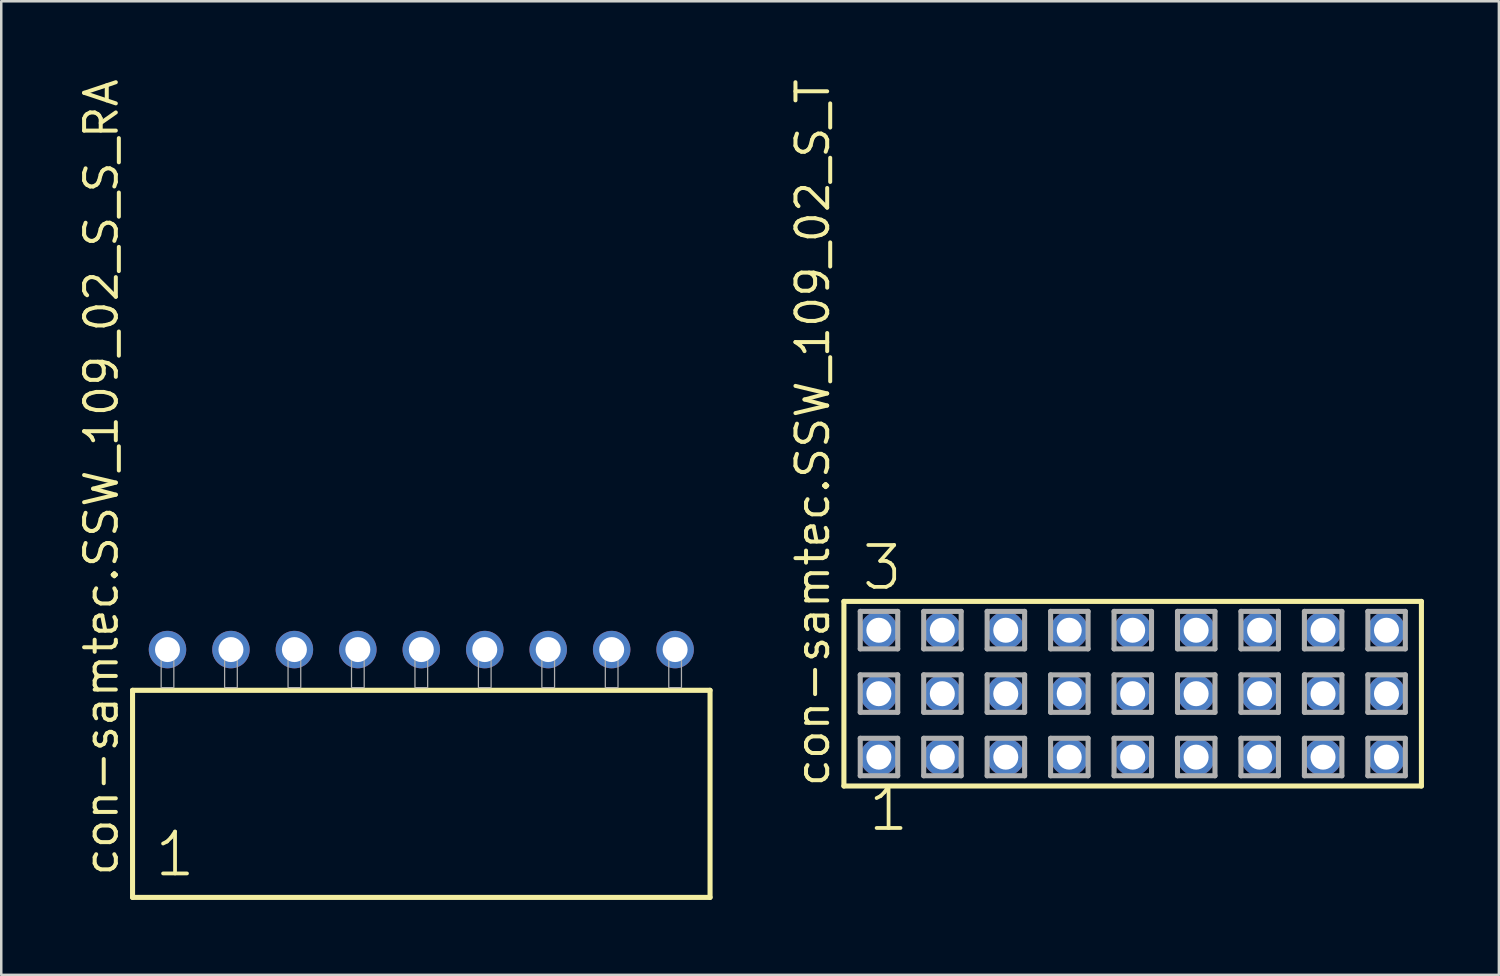
<source format=kicad_pcb>
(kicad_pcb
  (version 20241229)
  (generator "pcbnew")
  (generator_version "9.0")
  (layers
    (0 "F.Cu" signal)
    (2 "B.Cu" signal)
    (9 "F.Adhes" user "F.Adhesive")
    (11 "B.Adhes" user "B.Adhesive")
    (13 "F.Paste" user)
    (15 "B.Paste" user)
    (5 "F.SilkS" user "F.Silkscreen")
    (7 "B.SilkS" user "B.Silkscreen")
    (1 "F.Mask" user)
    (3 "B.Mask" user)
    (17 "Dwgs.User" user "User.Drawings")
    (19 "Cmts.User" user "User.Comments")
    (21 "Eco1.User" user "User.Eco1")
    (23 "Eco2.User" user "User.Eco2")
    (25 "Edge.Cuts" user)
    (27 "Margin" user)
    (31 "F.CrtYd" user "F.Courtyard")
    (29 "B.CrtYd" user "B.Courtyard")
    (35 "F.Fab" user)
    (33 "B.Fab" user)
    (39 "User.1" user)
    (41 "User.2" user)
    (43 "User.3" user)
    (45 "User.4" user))
  (footprint "con-samtec.SSW_109_02_S_T"
    (layer "F.Cu")
    (at 42.291 24.719)
    (property "Reference" "con-samtec.SSW_109_02_S_T" (at -12.065 3.81 90) (layer "F.SilkS") (effects (font (size 1.27 1.27) (thickness 0.16)) (justify left bottom)))
    (attr through_hole)
    (fp_line (start -11.559 -3.695) (end 11.559 -3.695) (stroke (width 0.203) (type default)) (layer "F.SilkS"))
    (fp_line (start -11.559 3.695) (end -11.559 -3.695) (stroke (width 0.203) (type default)) (layer "F.SilkS"))
    (fp_line (start 11.559 -3.695) (end 11.559 3.695) (stroke (width 0.203) (type default)) (layer "F.SilkS"))
    (fp_line (start 11.559 3.695) (end -11.559 3.695) (stroke (width 0.203) (type default)) (layer "F.SilkS"))
    (fp_line (start -10.905 -3.295) (end -9.405 -3.295) (stroke (width 0.203) (type default)) (layer "F.Fab"))
    (fp_line (start -10.905 -1.795) (end -10.905 -3.295) (stroke (width 0.203) (type default)) (layer "F.Fab"))
    (fp_line (start -10.905 -0.755) (end -9.405 -0.755) (stroke (width 0.203) (type default)) (layer "F.Fab"))
    (fp_line (start -10.905 0.745) (end -10.905 -0.755) (stroke (width 0.203) (type default)) (layer "F.Fab"))
    (fp_line (start -10.905 1.785) (end -9.405 1.785) (stroke (width 0.203) (type default)) (layer "F.Fab"))
    (fp_line (start -10.905 3.285) (end -10.905 1.785) (stroke (width 0.203) (type default)) (layer "F.Fab"))
    (fp_line (start -9.405 -3.295) (end -9.405 -1.795) (stroke (width 0.203) (type default)) (layer "F.Fab"))
    (fp_line (start -9.405 -1.795) (end -10.905 -1.795) (stroke (width 0.203) (type default)) (layer "F.Fab"))
    (fp_line (start -9.405 -0.755) (end -9.405 0.745) (stroke (width 0.203) (type default)) (layer "F.Fab"))
    (fp_line (start -9.405 0.745) (end -10.905 0.745) (stroke (width 0.203) (type default)) (layer "F.Fab"))
    (fp_line (start -9.405 1.785) (end -9.405 3.285) (stroke (width 0.203) (type default)) (layer "F.Fab"))
    (fp_line (start -9.405 3.285) (end -10.905 3.285) (stroke (width 0.203) (type default)) (layer "F.Fab"))
    (fp_line (start -8.365 -3.295) (end -6.865 -3.295) (stroke (width 0.203) (type default)) (layer "F.Fab"))
    (fp_line (start -8.365 -1.795) (end -8.365 -3.295) (stroke (width 0.203) (type default)) (layer "F.Fab"))
    (fp_line (start -8.365 -0.755) (end -6.865 -0.755) (stroke (width 0.203) (type default)) (layer "F.Fab"))
    (fp_line (start -8.365 0.745) (end -8.365 -0.755) (stroke (width 0.203) (type default)) (layer "F.Fab"))
    (fp_line (start -8.365 1.785) (end -6.865 1.785) (stroke (width 0.203) (type default)) (layer "F.Fab"))
    (fp_line (start -8.365 3.285) (end -8.365 1.785) (stroke (width 0.203) (type default)) (layer "F.Fab"))
    (fp_line (start -6.865 -3.295) (end -6.865 -1.795) (stroke (width 0.203) (type default)) (layer "F.Fab"))
    (fp_line (start -6.865 -1.795) (end -8.365 -1.795) (stroke (width 0.203) (type default)) (layer "F.Fab"))
    (fp_line (start -6.865 -0.755) (end -6.865 0.745) (stroke (width 0.203) (type default)) (layer "F.Fab"))
    (fp_line (start -6.865 0.745) (end -8.365 0.745) (stroke (width 0.203) (type default)) (layer "F.Fab"))
    (fp_line (start -6.865 1.785) (end -6.865 3.285) (stroke (width 0.203) (type default)) (layer "F.Fab"))
    (fp_line (start -6.865 3.285) (end -8.365 3.285) (stroke (width 0.203) (type default)) (layer "F.Fab"))
    (fp_line (start -5.825 -3.295) (end -4.325 -3.295) (stroke (width 0.203) (type default)) (layer "F.Fab"))
    (fp_line (start -5.825 -1.795) (end -5.825 -3.295) (stroke (width 0.203) (type default)) (layer "F.Fab"))
    (fp_line (start -5.825 -0.755) (end -4.325 -0.755) (stroke (width 0.203) (type default)) (layer "F.Fab"))
    (fp_line (start -5.825 0.745) (end -5.825 -0.755) (stroke (width 0.203) (type default)) (layer "F.Fab"))
    (fp_line (start -5.825 1.785) (end -4.325 1.785) (stroke (width 0.203) (type default)) (layer "F.Fab"))
    (fp_line (start -5.825 3.285) (end -5.825 1.785) (stroke (width 0.203) (type default)) (layer "F.Fab"))
    (fp_line (start -4.325 -3.295) (end -4.325 -1.795) (stroke (width 0.203) (type default)) (layer "F.Fab"))
    (fp_line (start -4.325 -1.795) (end -5.825 -1.795) (stroke (width 0.203) (type default)) (layer "F.Fab"))
    (fp_line (start -4.325 -0.755) (end -4.325 0.745) (stroke (width 0.203) (type default)) (layer "F.Fab"))
    (fp_line (start -4.325 0.745) (end -5.825 0.745) (stroke (width 0.203) (type default)) (layer "F.Fab"))
    (fp_line (start -4.325 1.785) (end -4.325 3.285) (stroke (width 0.203) (type default)) (layer "F.Fab"))
    (fp_line (start -4.325 3.285) (end -5.825 3.285) (stroke (width 0.203) (type default)) (layer "F.Fab"))
    (fp_line (start -3.285 -3.295) (end -1.785 -3.295) (stroke (width 0.203) (type default)) (layer "F.Fab"))
    (fp_line (start -3.285 -1.795) (end -3.285 -3.295) (stroke (width 0.203) (type default)) (layer "F.Fab"))
    (fp_line (start -3.285 -0.755) (end -1.785 -0.755) (stroke (width 0.203) (type default)) (layer "F.Fab"))
    (fp_line (start -3.285 0.745) (end -3.285 -0.755) (stroke (width 0.203) (type default)) (layer "F.Fab"))
    (fp_line (start -3.285 1.785) (end -1.785 1.785) (stroke (width 0.203) (type default)) (layer "F.Fab"))
    (fp_line (start -3.285 3.285) (end -3.285 1.785) (stroke (width 0.203) (type default)) (layer "F.Fab"))
    (fp_line (start -1.785 -3.295) (end -1.785 -1.795) (stroke (width 0.203) (type default)) (layer "F.Fab"))
    (fp_line (start -1.785 -1.795) (end -3.285 -1.795) (stroke (width 0.203) (type default)) (layer "F.Fab"))
    (fp_line (start -1.785 -0.755) (end -1.785 0.745) (stroke (width 0.203) (type default)) (layer "F.Fab"))
    (fp_line (start -1.785 0.745) (end -3.285 0.745) (stroke (width 0.203) (type default)) (layer "F.Fab"))
    (fp_line (start -1.785 1.785) (end -1.785 3.285) (stroke (width 0.203) (type default)) (layer "F.Fab"))
    (fp_line (start -1.785 3.285) (end -3.285 3.285) (stroke (width 0.203) (type default)) (layer "F.Fab"))
    (fp_line (start -0.745 -3.295) (end 0.755 -3.295) (stroke (width 0.203) (type default)) (layer "F.Fab"))
    (fp_line (start -0.745 -1.795) (end -0.745 -3.295) (stroke (width 0.203) (type default)) (layer "F.Fab"))
    (fp_line (start -0.745 -0.755) (end 0.755 -0.755) (stroke (width 0.203) (type default)) (layer "F.Fab"))
    (fp_line (start -0.745 0.745) (end -0.745 -0.755) (stroke (width 0.203) (type default)) (layer "F.Fab"))
    (fp_line (start -0.745 1.785) (end 0.755 1.785) (stroke (width 0.203) (type default)) (layer "F.Fab"))
    (fp_line (start -0.745 3.285) (end -0.745 1.785) (stroke (width 0.203) (type default)) (layer "F.Fab"))
    (fp_line (start 0.755 -3.295) (end 0.755 -1.795) (stroke (width 0.203) (type default)) (layer "F.Fab"))
    (fp_line (start 0.755 -1.795) (end -0.745 -1.795) (stroke (width 0.203) (type default)) (layer "F.Fab"))
    (fp_line (start 0.755 -0.755) (end 0.755 0.745) (stroke (width 0.203) (type default)) (layer "F.Fab"))
    (fp_line (start 0.755 0.745) (end -0.745 0.745) (stroke (width 0.203) (type default)) (layer "F.Fab"))
    (fp_line (start 0.755 1.785) (end 0.755 3.285) (stroke (width 0.203) (type default)) (layer "F.Fab"))
    (fp_line (start 0.755 3.285) (end -0.745 3.285) (stroke (width 0.203) (type default)) (layer "F.Fab"))
    (fp_line (start 1.795 -3.295) (end 3.295 -3.295) (stroke (width 0.203) (type default)) (layer "F.Fab"))
    (fp_line (start 1.795 -1.795) (end 1.795 -3.295) (stroke (width 0.203) (type default)) (layer "F.Fab"))
    (fp_line (start 1.795 -0.755) (end 3.295 -0.755) (stroke (width 0.203) (type default)) (layer "F.Fab"))
    (fp_line (start 1.795 0.745) (end 1.795 -0.755) (stroke (width 0.203) (type default)) (layer "F.Fab"))
    (fp_line (start 1.795 1.785) (end 3.295 1.785) (stroke (width 0.203) (type default)) (layer "F.Fab"))
    (fp_line (start 1.795 3.285) (end 1.795 1.785) (stroke (width 0.203) (type default)) (layer "F.Fab"))
    (fp_line (start 3.295 -3.295) (end 3.295 -1.795) (stroke (width 0.203) (type default)) (layer "F.Fab"))
    (fp_line (start 3.295 -1.795) (end 1.795 -1.795) (stroke (width 0.203) (type default)) (layer "F.Fab"))
    (fp_line (start 3.295 -0.755) (end 3.295 0.745) (stroke (width 0.203) (type default)) (layer "F.Fab"))
    (fp_line (start 3.295 0.745) (end 1.795 0.745) (stroke (width 0.203) (type default)) (layer "F.Fab"))
    (fp_line (start 3.295 1.785) (end 3.295 3.285) (stroke (width 0.203) (type default)) (layer "F.Fab"))
    (fp_line (start 3.295 3.285) (end 1.795 3.285) (stroke (width 0.203) (type default)) (layer "F.Fab"))
    (fp_line (start 4.335 -3.295) (end 5.835 -3.295) (stroke (width 0.203) (type default)) (layer "F.Fab"))
    (fp_line (start 4.335 -1.795) (end 4.335 -3.295) (stroke (width 0.203) (type default)) (layer "F.Fab"))
    (fp_line (start 4.335 -0.755) (end 5.835 -0.755) (stroke (width 0.203) (type default)) (layer "F.Fab"))
    (fp_line (start 4.335 0.745) (end 4.335 -0.755) (stroke (width 0.203) (type default)) (layer "F.Fab"))
    (fp_line (start 4.335 1.785) (end 5.835 1.785) (stroke (width 0.203) (type default)) (layer "F.Fab"))
    (fp_line (start 4.335 3.285) (end 4.335 1.785) (stroke (width 0.203) (type default)) (layer "F.Fab"))
    (fp_line (start 5.835 -3.295) (end 5.835 -1.795) (stroke (width 0.203) (type default)) (layer "F.Fab"))
    (fp_line (start 5.835 -1.795) (end 4.335 -1.795) (stroke (width 0.203) (type default)) (layer "F.Fab"))
    (fp_line (start 5.835 -0.755) (end 5.835 0.745) (stroke (width 0.203) (type default)) (layer "F.Fab"))
    (fp_line (start 5.835 0.745) (end 4.335 0.745) (stroke (width 0.203) (type default)) (layer "F.Fab"))
    (fp_line (start 5.835 1.785) (end 5.835 3.285) (stroke (width 0.203) (type default)) (layer "F.Fab"))
    (fp_line (start 5.835 3.285) (end 4.335 3.285) (stroke (width 0.203) (type default)) (layer "F.Fab"))
    (fp_line (start 6.875 -3.295) (end 8.375 -3.295) (stroke (width 0.203) (type default)) (layer "F.Fab"))
    (fp_line (start 6.875 -1.795) (end 6.875 -3.295) (stroke (width 0.203) (type default)) (layer "F.Fab"))
    (fp_line (start 6.875 -0.755) (end 8.375 -0.755) (stroke (width 0.203) (type default)) (layer "F.Fab"))
    (fp_line (start 6.875 0.745) (end 6.875 -0.755) (stroke (width 0.203) (type default)) (layer "F.Fab"))
    (fp_line (start 6.875 1.785) (end 8.375 1.785) (stroke (width 0.203) (type default)) (layer "F.Fab"))
    (fp_line (start 6.875 3.285) (end 6.875 1.785) (stroke (width 0.203) (type default)) (layer "F.Fab"))
    (fp_line (start 8.375 -3.295) (end 8.375 -1.795) (stroke (width 0.203) (type default)) (layer "F.Fab"))
    (fp_line (start 8.375 -1.795) (end 6.875 -1.795) (stroke (width 0.203) (type default)) (layer "F.Fab"))
    (fp_line (start 8.375 -0.755) (end 8.375 0.745) (stroke (width 0.203) (type default)) (layer "F.Fab"))
    (fp_line (start 8.375 0.745) (end 6.875 0.745) (stroke (width 0.203) (type default)) (layer "F.Fab"))
    (fp_line (start 8.375 1.785) (end 8.375 3.285) (stroke (width 0.203) (type default)) (layer "F.Fab"))
    (fp_line (start 8.375 3.285) (end 6.875 3.285) (stroke (width 0.203) (type default)) (layer "F.Fab"))
    (fp_line (start 9.415 -3.295) (end 10.915 -3.295) (stroke (width 0.203) (type default)) (layer "F.Fab"))
    (fp_line (start 9.415 -1.795) (end 9.415 -3.295) (stroke (width 0.203) (type default)) (layer "F.Fab"))
    (fp_line (start 9.415 -0.755) (end 10.915 -0.755) (stroke (width 0.203) (type default)) (layer "F.Fab"))
    (fp_line (start 9.415 0.745) (end 9.415 -0.755) (stroke (width 0.203) (type default)) (layer "F.Fab"))
    (fp_line (start 9.415 1.785) (end 10.915 1.785) (stroke (width 0.203) (type default)) (layer "F.Fab"))
    (fp_line (start 9.415 3.285) (end 9.415 1.785) (stroke (width 0.203) (type default)) (layer "F.Fab"))
    (fp_line (start 10.915 -3.295) (end 10.915 -1.795) (stroke (width 0.203) (type default)) (layer "F.Fab"))
    (fp_line (start 10.915 -1.795) (end 9.415 -1.795) (stroke (width 0.203) (type default)) (layer "F.Fab"))
    (fp_line (start 10.915 -0.755) (end 10.915 0.745) (stroke (width 0.203) (type default)) (layer "F.Fab"))
    (fp_line (start 10.915 0.745) (end 9.415 0.745) (stroke (width 0.203) (type default)) (layer "F.Fab"))
    (fp_line (start 10.915 1.785) (end 10.915 3.285) (stroke (width 0.203) (type default)) (layer "F.Fab"))
    (fp_line (start 10.915 3.285) (end 9.415 3.285) (stroke (width 0.203) (type default)) (layer "F.Fab"))
    (fp_text user "1" (at -10.668 5.588 0) (layer "F.SilkS") (effects (font (size 1.676 1.676) (thickness 0.15)) (justify left bottom)))
    (fp_text user "3" (at -10.922 -4.064 0) (layer "F.SilkS") (effects (font (size 1.676 1.676) (thickness 0.15)) (justify left bottom)))
    (pad "1" thru_hole circle (at -10.16 2.54) (size 1.5 1.5) (drill 1) (layers "*.Cu" "*.Mask"))
    (pad "2" thru_hole circle (at -10.16 0) (size 1.5 1.5) (drill 1) (layers "*.Cu" "*.Mask"))
    (pad "3" thru_hole circle (at -10.16 -2.54) (size 1.5 1.5) (drill 1) (layers "*.Cu" "*.Mask"))
    (pad "4" thru_hole circle (at -7.62 2.54) (size 1.5 1.5) (drill 1) (layers "*.Cu" "*.Mask"))
    (pad "5" thru_hole circle (at -7.62 0) (size 1.5 1.5) (drill 1) (layers "*.Cu" "*.Mask"))
    (pad "6" thru_hole circle (at -7.62 -2.54) (size 1.5 1.5) (drill 1) (layers "*.Cu" "*.Mask"))
    (pad "7" thru_hole circle (at -5.08 2.54) (size 1.5 1.5) (drill 1) (layers "*.Cu" "*.Mask"))
    (pad "8" thru_hole circle (at -5.08 0) (size 1.5 1.5) (drill 1) (layers "*.Cu" "*.Mask"))
    (pad "9" thru_hole circle (at -5.08 -2.54) (size 1.5 1.5) (drill 1) (layers "*.Cu" "*.Mask"))
    (pad "10" thru_hole circle (at -2.54 2.54) (size 1.5 1.5) (drill 1) (layers "*.Cu" "*.Mask"))
    (pad "11" thru_hole circle (at -2.54 0) (size 1.5 1.5) (drill 1) (layers "*.Cu" "*.Mask"))
    (pad "12" thru_hole circle (at -2.54 -2.54) (size 1.5 1.5) (drill 1) (layers "*.Cu" "*.Mask"))
    (pad "13" thru_hole circle (at 0 2.54) (size 1.5 1.5) (drill 1) (layers "*.Cu" "*.Mask"))
    (pad "14" thru_hole circle (at 0 0) (size 1.5 1.5) (drill 1) (layers "*.Cu" "*.Mask"))
    (pad "15" thru_hole circle (at 0 -2.54) (size 1.5 1.5) (drill 1) (layers "*.Cu" "*.Mask"))
    (pad "16" thru_hole circle (at 2.54 2.54) (size 1.5 1.5) (drill 1) (layers "*.Cu" "*.Mask"))
    (pad "17" thru_hole circle (at 2.54 0) (size 1.5 1.5) (drill 1) (layers "*.Cu" "*.Mask"))
    (pad "18" thru_hole circle (at 2.54 -2.54) (size 1.5 1.5) (drill 1) (layers "*.Cu" "*.Mask"))
    (pad "19" thru_hole circle (at 5.08 2.54) (size 1.5 1.5) (drill 1) (layers "*.Cu" "*.Mask"))
    (pad "20" thru_hole circle (at 5.08 0) (size 1.5 1.5) (drill 1) (layers "*.Cu" "*.Mask"))
    (pad "21" thru_hole circle (at 5.08 -2.54) (size 1.5 1.5) (drill 1) (layers "*.Cu" "*.Mask"))
    (pad "22" thru_hole circle (at 7.62 2.54) (size 1.5 1.5) (drill 1) (layers "*.Cu" "*.Mask"))
    (pad "23" thru_hole circle (at 7.62 0) (size 1.5 1.5) (drill 1) (layers "*.Cu" "*.Mask"))
    (pad "24" thru_hole circle (at 7.62 -2.54) (size 1.5 1.5) (drill 1) (layers "*.Cu" "*.Mask"))
    (pad "25" thru_hole circle (at 10.16 2.54) (size 1.5 1.5) (drill 1) (layers "*.Cu" "*.Mask"))
    (pad "26" thru_hole circle (at 10.16 0) (size 1.5 1.5) (drill 1) (layers "*.Cu" "*.Mask"))
    (pad "27" thru_hole circle (at 10.16 -2.54) (size 1.5 1.5) (drill 1) (layers "*.Cu" "*.Mask")))
  (footprint "con-samtec.SSW_109_02_S_S_RA"
    (layer "F.Cu")
    (at 13.815 24.477)
    (property "Reference" "con-samtec.SSW_109_02_S_S_RA" (at -12.065 7.62 90) (layer "F.SilkS") (effects (font (size 1.27 1.27) (thickness 0.16)) (justify left bottom)))
    (attr through_hole)
    (fp_line (start -11.559 0.106) (end -11.559 8.396) (stroke (width 0.203) (type default)) (layer "F.SilkS"))
    (fp_line (start -11.559 8.396) (end 11.559 8.396) (stroke (width 0.203) (type default)) (layer "F.SilkS"))
    (fp_line (start 11.559 0.106) (end -11.559 0.106) (stroke (width 0.203) (type default)) (layer "F.SilkS"))
    (fp_line (start 11.559 8.396) (end 11.559 0.106) (stroke (width 0.203) (type default)) (layer "F.SilkS"))
    (fp_rect (start -10.414 0) (end -9.906 -1.778) (stroke (width 0.05) (type default)) (fill no) (layer "F.Fab"))
    (fp_rect (start -7.874 0) (end -7.366 -1.778) (stroke (width 0.05) (type default)) (fill no) (layer "F.Fab"))
    (fp_rect (start -5.334 0) (end -4.826 -1.778) (stroke (width 0.05) (type default)) (fill no) (layer "F.Fab"))
    (fp_rect (start -2.794 0) (end -2.286 -1.778) (stroke (width 0.05) (type default)) (fill no) (layer "F.Fab"))
    (fp_rect (start -0.254 0) (end 0.254 -1.778) (stroke (width 0.05) (type default)) (fill no) (layer "F.Fab"))
    (fp_rect (start 2.286 0) (end 2.794 -1.778) (stroke (width 0.05) (type default)) (fill no) (layer "F.Fab"))
    (fp_rect (start 4.826 0) (end 5.334 -1.778) (stroke (width 0.05) (type default)) (fill no) (layer "F.Fab"))
    (fp_rect (start 7.366 0) (end 7.874 -1.778) (stroke (width 0.05) (type default)) (fill no) (layer "F.Fab"))
    (fp_rect (start 9.906 0) (end 10.414 -1.778) (stroke (width 0.05) (type default)) (fill no) (layer "F.Fab"))
    (fp_text user "1" (at -10.755 7.65 0) (layer "F.SilkS") (effects (font (size 1.676 1.676) (thickness 0.15)) (justify left bottom)))
    (pad "1" thru_hole circle (at -10.16 -1.524) (size 1.5 1.5) (drill 1) (layers "*.Cu" "*.Mask"))
    (pad "2" thru_hole circle (at -7.62 -1.524) (size 1.5 1.5) (drill 1) (layers "*.Cu" "*.Mask"))
    (pad "3" thru_hole circle (at -5.08 -1.524) (size 1.5 1.5) (drill 1) (layers "*.Cu" "*.Mask"))
    (pad "4" thru_hole circle (at -2.54 -1.524) (size 1.5 1.5) (drill 1) (layers "*.Cu" "*.Mask"))
    (pad "5" thru_hole circle (at 0 -1.524) (size 1.5 1.5) (drill 1) (layers "*.Cu" "*.Mask"))
    (pad "6" thru_hole circle (at 2.54 -1.524) (size 1.5 1.5) (drill 1) (layers "*.Cu" "*.Mask"))
    (pad "7" thru_hole circle (at 5.08 -1.524) (size 1.5 1.5) (drill 1) (layers "*.Cu" "*.Mask"))
    (pad "8" thru_hole circle (at 7.62 -1.524) (size 1.5 1.5) (drill 1) (layers "*.Cu" "*.Mask"))
    (pad "9" thru_hole circle (at 10.16 -1.524) (size 1.5 1.5) (drill 1) (layers "*.Cu" "*.Mask")))
  (gr_rect
    (start -3 -3)
    (end 56.951 35.975)
    (stroke (width 0.1) (type default))
    (fill no)
    (layer "Edge.Cuts")))
</source>
